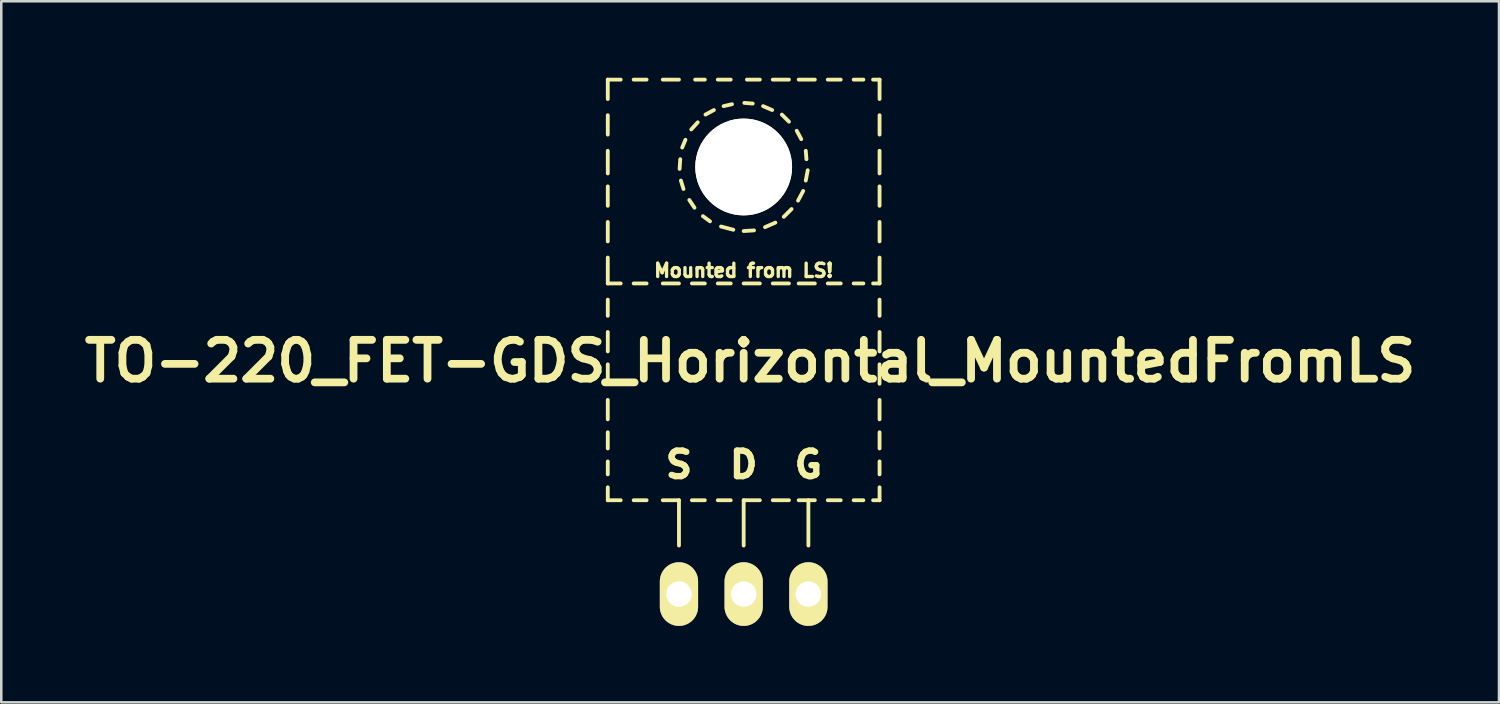
<source format=kicad_pcb>
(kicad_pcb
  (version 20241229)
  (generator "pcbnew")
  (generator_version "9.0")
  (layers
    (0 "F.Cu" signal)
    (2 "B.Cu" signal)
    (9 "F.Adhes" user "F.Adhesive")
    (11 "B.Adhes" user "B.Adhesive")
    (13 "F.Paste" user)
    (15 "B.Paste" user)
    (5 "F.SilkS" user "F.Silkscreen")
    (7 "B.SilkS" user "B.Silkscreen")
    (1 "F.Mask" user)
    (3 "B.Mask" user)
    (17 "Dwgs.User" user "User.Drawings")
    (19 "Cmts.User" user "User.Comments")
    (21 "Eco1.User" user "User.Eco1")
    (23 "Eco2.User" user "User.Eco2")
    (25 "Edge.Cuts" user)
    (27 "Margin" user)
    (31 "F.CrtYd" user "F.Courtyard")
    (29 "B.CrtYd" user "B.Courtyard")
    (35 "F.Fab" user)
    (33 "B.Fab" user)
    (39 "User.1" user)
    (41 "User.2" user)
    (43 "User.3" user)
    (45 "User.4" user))
  (footprint "TO-220_FET-GDS_Horizontal_MountedFromLS"
    (layer "F.Cu")
    (at 26.14 20.268)
    (property "Reference" "TO-220_FET-GDS_Horizontal_MountedFromLS" (at 0.254 -9.144 0) (layer "F.SilkS") (effects (font (size 1.524 1.524) (thickness 0.305))))
    (attr through_hole)
    (fp_line (start -5.334 -20.193) (end -5.334 -19.431) (stroke (width 0.15) (type solid)) (layer "F.SilkS"))
    (fp_line (start -5.334 -20.193) (end -4.826 -20.193) (stroke (width 0.15) (type solid)) (layer "F.SilkS"))
    (fp_line (start -5.334 -18.796) (end -5.334 -18.034) (stroke (width 0.15) (type solid)) (layer "F.SilkS"))
    (fp_line (start -5.334 -17.399) (end -5.334 -16.51) (stroke (width 0.15) (type solid)) (layer "F.SilkS"))
    (fp_line (start -5.334 -16.002) (end -5.334 -15.24) (stroke (width 0.15) (type solid)) (layer "F.SilkS"))
    (fp_line (start -5.334 -14.605) (end -5.334 -13.843) (stroke (width 0.15) (type solid)) (layer "F.SilkS"))
    (fp_line (start -5.334 -13.208) (end -5.334 -12.192) (stroke (width 0.15) (type solid)) (layer "F.SilkS"))
    (fp_line (start -5.334 -12.192) (end -4.826 -12.192) (stroke (width 0.15) (type solid)) (layer "F.SilkS"))
    (fp_line (start -5.334 -11.557) (end -5.334 -10.922) (stroke (width 0.15) (type solid)) (layer "F.SilkS"))
    (fp_line (start -5.334 -10.287) (end -5.334 -9.525) (stroke (width 0.15) (type solid)) (layer "F.SilkS"))
    (fp_line (start -5.334 -9.017) (end -5.334 -8.255) (stroke (width 0.15) (type solid)) (layer "F.SilkS"))
    (fp_line (start -5.334 -7.62) (end -5.334 -6.858) (stroke (width 0.15) (type solid)) (layer "F.SilkS"))
    (fp_line (start -5.334 -6.35) (end -5.334 -5.715) (stroke (width 0.15) (type solid)) (layer "F.SilkS"))
    (fp_line (start -5.334 -5.207) (end -5.334 -4.699) (stroke (width 0.15) (type solid)) (layer "F.SilkS"))
    (fp_line (start -5.334 -4.191) (end -5.334 -3.683) (stroke (width 0.15) (type solid)) (layer "F.SilkS"))
    (fp_line (start -5.334 -3.683) (end -4.826 -3.683) (stroke (width 0.15) (type solid)) (layer "F.SilkS"))
    (fp_line (start -4.318 -20.193) (end -3.81 -20.193) (stroke (width 0.15) (type solid)) (layer "F.SilkS"))
    (fp_line (start -4.318 -12.192) (end -3.81 -12.192) (stroke (width 0.15) (type solid)) (layer "F.SilkS"))
    (fp_line (start -4.318 -3.683) (end -3.81 -3.683) (stroke (width 0.15) (type solid)) (layer "F.SilkS"))
    (fp_line (start -3.175 -20.193) (end -2.54 -20.193) (stroke (width 0.15) (type solid)) (layer "F.SilkS"))
    (fp_line (start -3.175 -12.192) (end -2.54 -12.192) (stroke (width 0.15) (type solid)) (layer "F.SilkS"))
    (fp_line (start -3.175 -3.683) (end -2.54 -3.683) (stroke (width 0.15) (type solid)) (layer "F.SilkS"))
    (fp_line (start -2.54 -3.683) (end -2.54 -1.905) (stroke (width 0.15) (type solid)) (layer "F.SilkS"))
    (fp_line (start -2.515 -16.688) (end -2.489 -17.069) (stroke (width 0.15) (type solid)) (layer "F.SilkS"))
    (fp_line (start -2.413 -17.526) (end -2.286 -17.831) (stroke (width 0.15) (type solid)) (layer "F.SilkS"))
    (fp_line (start -2.362 -15.9) (end -2.464 -16.231) (stroke (width 0.15) (type solid)) (layer "F.SilkS"))
    (fp_line (start -2.057 -18.237) (end -1.803 -18.517) (stroke (width 0.15) (type solid)) (layer "F.SilkS"))
    (fp_line (start -2.032 -12.192) (end -1.524 -12.192) (stroke (width 0.15) (type solid)) (layer "F.SilkS"))
    (fp_line (start -2.032 -3.683) (end -1.524 -3.683) (stroke (width 0.15) (type solid)) (layer "F.SilkS"))
    (fp_line (start -1.93 -15.164) (end -2.134 -15.469) (stroke (width 0.15) (type solid)) (layer "F.SilkS"))
    (fp_line (start -1.905 -20.193) (end -1.524 -20.193) (stroke (width 0.15) (type solid)) (layer "F.SilkS"))
    (fp_line (start -1.499 -18.821) (end -1.168 -18.999) (stroke (width 0.15) (type solid)) (layer "F.SilkS"))
    (fp_line (start -1.321 -14.63) (end -1.6 -14.834) (stroke (width 0.15) (type solid)) (layer "F.SilkS"))
    (fp_line (start -1.016 -20.193) (end -0.508 -20.193) (stroke (width 0.15) (type solid)) (layer "F.SilkS"))
    (fp_line (start -1.016 -12.192) (end -0.508 -12.192) (stroke (width 0.15) (type solid)) (layer "F.SilkS"))
    (fp_line (start -1.016 -3.683) (end -0.508 -3.683) (stroke (width 0.15) (type solid)) (layer "F.SilkS"))
    (fp_line (start -0.787 -19.152) (end -0.457 -19.228) (stroke (width 0.15) (type solid)) (layer "F.SilkS"))
    (fp_line (start -0.406 -14.3) (end -0.889 -14.427) (stroke (width 0.15) (type solid)) (layer "F.SilkS"))
    (fp_line (start 0 -12.192) (end 0.635 -12.192) (stroke (width 0.15) (type solid)) (layer "F.SilkS"))
    (fp_line (start 0 -3.683) (end 0 -1.905) (stroke (width 0.15) (type solid)) (layer "F.SilkS"))
    (fp_line (start 0 -3.683) (end 0.635 -3.683) (stroke (width 0.15) (type solid)) (layer "F.SilkS"))
    (fp_line (start 0.025 -19.279) (end 0.356 -19.253) (stroke (width 0.15) (type solid)) (layer "F.SilkS"))
    (fp_line (start 0.127 -20.193) (end 0.635 -20.193) (stroke (width 0.15) (type solid)) (layer "F.SilkS"))
    (fp_line (start 0.406 -14.275) (end 0 -14.249) (stroke (width 0.15) (type solid)) (layer "F.SilkS"))
    (fp_line (start 0.762 -19.152) (end 1.118 -18.999) (stroke (width 0.15) (type solid)) (layer "F.SilkS"))
    (fp_line (start 1.143 -20.193) (end 1.778 -20.193) (stroke (width 0.15) (type solid)) (layer "F.SilkS"))
    (fp_line (start 1.143 -12.192) (end 1.778 -12.192) (stroke (width 0.15) (type solid)) (layer "F.SilkS"))
    (fp_line (start 1.143 -3.683) (end 1.778 -3.683) (stroke (width 0.15) (type solid)) (layer "F.SilkS"))
    (fp_line (start 1.245 -14.58) (end 0.838 -14.402) (stroke (width 0.15) (type solid)) (layer "F.SilkS"))
    (fp_line (start 1.499 -18.821) (end 1.778 -18.542) (stroke (width 0.15) (type solid)) (layer "F.SilkS"))
    (fp_line (start 1.88 -15.113) (end 1.575 -14.808) (stroke (width 0.15) (type solid)) (layer "F.SilkS"))
    (fp_line (start 2.083 -18.186) (end 2.261 -17.856) (stroke (width 0.15) (type solid)) (layer "F.SilkS"))
    (fp_line (start 2.159 -20.193) (end 2.794 -20.193) (stroke (width 0.15) (type solid)) (layer "F.SilkS"))
    (fp_line (start 2.159 -12.192) (end 2.794 -12.192) (stroke (width 0.15) (type solid)) (layer "F.SilkS"))
    (fp_line (start 2.159 -3.683) (end 2.794 -3.683) (stroke (width 0.15) (type solid)) (layer "F.SilkS"))
    (fp_line (start 2.337 -15.824) (end 2.134 -15.443) (stroke (width 0.15) (type solid)) (layer "F.SilkS"))
    (fp_line (start 2.438 -17.399) (end 2.464 -17.069) (stroke (width 0.15) (type solid)) (layer "F.SilkS"))
    (fp_line (start 2.515 -16.637) (end 2.438 -16.231) (stroke (width 0.15) (type solid)) (layer "F.SilkS"))
    (fp_line (start 2.54 -3.683) (end 2.54 -1.905) (stroke (width 0.15) (type solid)) (layer "F.SilkS"))
    (fp_line (start 3.302 -20.193) (end 3.81 -20.193) (stroke (width 0.15) (type solid)) (layer "F.SilkS"))
    (fp_line (start 3.302 -12.192) (end 3.81 -12.192) (stroke (width 0.15) (type solid)) (layer "F.SilkS"))
    (fp_line (start 3.302 -3.683) (end 3.81 -3.683) (stroke (width 0.15) (type solid)) (layer "F.SilkS"))
    (fp_line (start 4.318 -20.193) (end 4.699 -20.193) (stroke (width 0.15) (type solid)) (layer "F.SilkS"))
    (fp_line (start 4.318 -12.192) (end 4.699 -12.192) (stroke (width 0.15) (type solid)) (layer "F.SilkS"))
    (fp_line (start 4.318 -3.683) (end 4.699 -3.683) (stroke (width 0.15) (type solid)) (layer "F.SilkS"))
    (fp_line (start 5.08 -20.193) (end 5.334 -20.193) (stroke (width 0.15) (type solid)) (layer "F.SilkS"))
    (fp_line (start 5.08 -12.192) (end 5.334 -12.192) (stroke (width 0.15) (type solid)) (layer "F.SilkS"))
    (fp_line (start 5.08 -3.683) (end 5.334 -3.683) (stroke (width 0.15) (type solid)) (layer "F.SilkS"))
    (fp_line (start 5.334 -20.193) (end 5.334 -19.431) (stroke (width 0.15) (type solid)) (layer "F.SilkS"))
    (fp_line (start 5.334 -18.796) (end 5.334 -18.034) (stroke (width 0.15) (type solid)) (layer "F.SilkS"))
    (fp_line (start 5.334 -17.399) (end 5.334 -16.51) (stroke (width 0.15) (type solid)) (layer "F.SilkS"))
    (fp_line (start 5.334 -16.002) (end 5.334 -15.24) (stroke (width 0.15) (type solid)) (layer "F.SilkS"))
    (fp_line (start 5.334 -14.605) (end 5.334 -13.843) (stroke (width 0.15) (type solid)) (layer "F.SilkS"))
    (fp_line (start 5.334 -13.208) (end 5.334 -12.192) (stroke (width 0.15) (type solid)) (layer "F.SilkS"))
    (fp_line (start 5.334 -11.557) (end 5.334 -10.922) (stroke (width 0.15) (type solid)) (layer "F.SilkS"))
    (fp_line (start 5.334 -10.287) (end 5.334 -9.525) (stroke (width 0.15) (type solid)) (layer "F.SilkS"))
    (fp_line (start 5.334 -9.017) (end 5.334 -8.255) (stroke (width 0.15) (type solid)) (layer "F.SilkS"))
    (fp_line (start 5.334 -7.62) (end 5.334 -6.858) (stroke (width 0.15) (type solid)) (layer "F.SilkS"))
    (fp_line (start 5.334 -6.35) (end 5.334 -5.715) (stroke (width 0.15) (type solid)) (layer "F.SilkS"))
    (fp_line (start 5.334 -5.207) (end 5.334 -4.699) (stroke (width 0.15) (type solid)) (layer "F.SilkS"))
    (fp_line (start 5.334 -4.191) (end 5.334 -3.683) (stroke (width 0.15) (type solid)) (layer "F.SilkS"))
    (fp_text user "Mounted from LS!" (at 0 -12.7 0) (layer "F.SilkS") (effects (font (size 0.523 0.523) (thickness 0.132))))
    (fp_text user "D" (at 0 -5.08 0) (layer "F.SilkS") (effects (font (size 1.001 1.001) (thickness 0.251))))
    (fp_text user "G" (at 2.54 -5.08 0) (layer "F.SilkS") (effects (font (size 1.001 1.001) (thickness 0.251))))
    (fp_text user "S" (at -2.54 -5.08 0) (layer "F.SilkS") (effects (font (size 1.001 1.001) (thickness 0.251))))
    (pad "" np_thru_hole circle (at 0 -16.764 90) (size 3.8 3.8) (drill 3.8) (layers "*.Cu" "*.Mask" "F.SilkS"))
    (pad "D" thru_hole oval (at 0 0 90) (size 2.499 1.501) (drill 1.001) (layers "*.Cu" "*.Mask" "F.SilkS"))
    (pad "G" thru_hole oval (at 2.54 0 90) (size 2.499 1.501) (drill 1.001) (layers "*.Cu" "*.Mask" "F.SilkS"))
    (pad "S" thru_hole oval (at -2.54 0 90) (size 2.499 1.501) (drill 1.001) (layers "*.Cu" "*.Mask" "F.SilkS")))
  (gr_rect
    (start -3 -3)
    (end 55.788 24.518)
    (stroke (width 0.1) (type default))
    (fill no)
    (layer "Edge.Cuts")))
</source>
